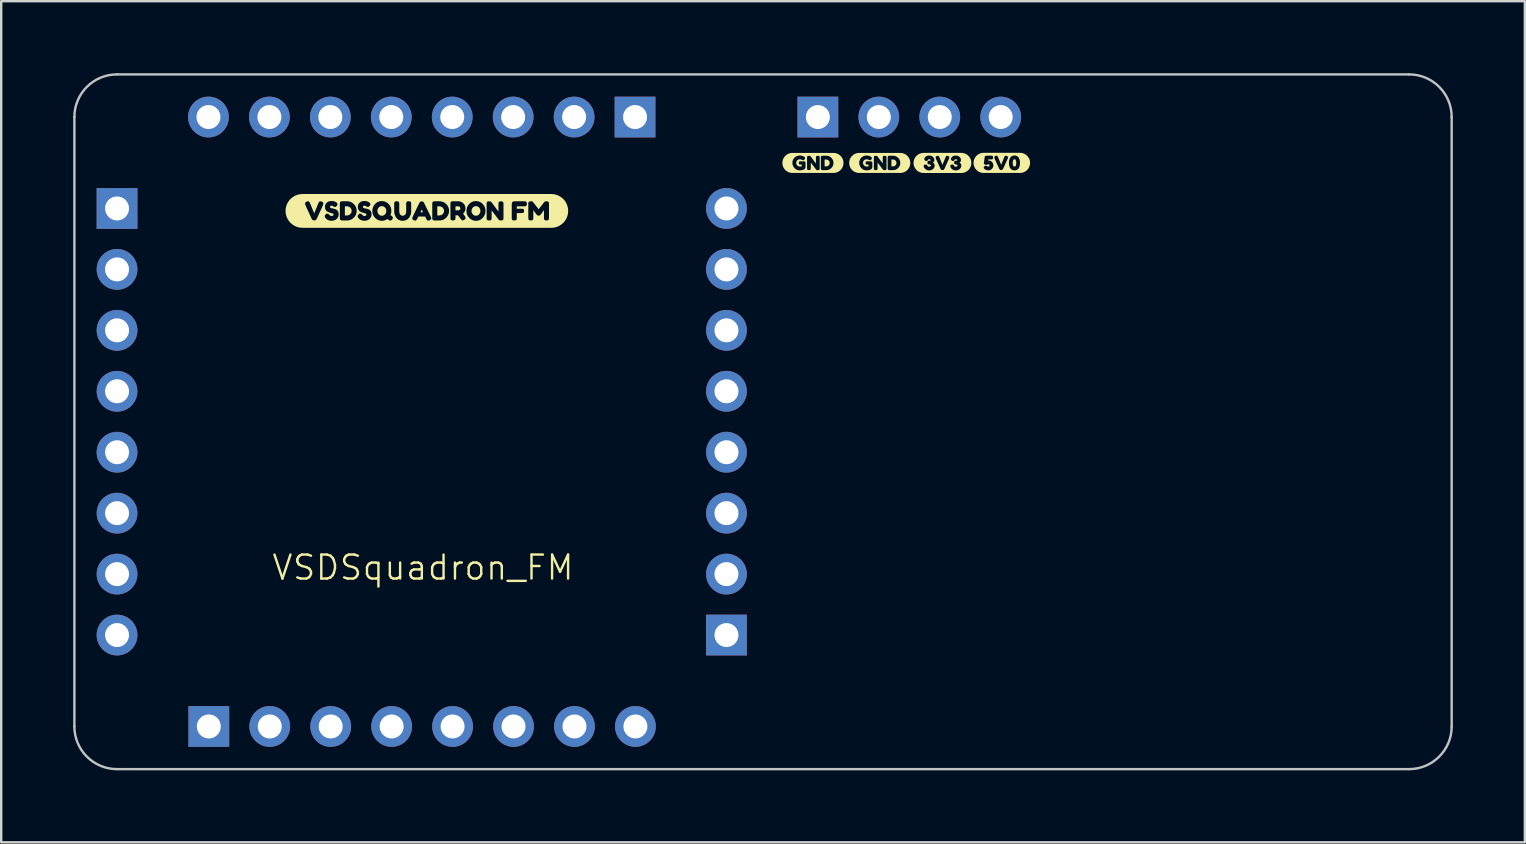
<source format=kicad_pcb>
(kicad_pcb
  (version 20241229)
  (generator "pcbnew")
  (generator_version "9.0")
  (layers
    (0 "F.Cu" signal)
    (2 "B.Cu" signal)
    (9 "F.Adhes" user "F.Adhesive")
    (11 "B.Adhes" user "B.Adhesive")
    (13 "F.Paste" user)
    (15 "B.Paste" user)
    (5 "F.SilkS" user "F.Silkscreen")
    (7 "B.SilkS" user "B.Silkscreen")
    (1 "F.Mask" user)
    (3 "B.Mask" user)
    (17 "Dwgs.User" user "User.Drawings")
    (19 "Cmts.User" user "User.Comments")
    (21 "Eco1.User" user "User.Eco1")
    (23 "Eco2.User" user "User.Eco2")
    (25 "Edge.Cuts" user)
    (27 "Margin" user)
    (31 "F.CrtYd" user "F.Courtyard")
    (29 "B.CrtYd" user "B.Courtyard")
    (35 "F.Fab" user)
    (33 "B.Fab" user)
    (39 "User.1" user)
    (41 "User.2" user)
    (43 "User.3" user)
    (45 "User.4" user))
  (footprint "VSDSquadron_FM"
    (layer "F.Cu")
    (at 14.579 14.51)
    (property "Reference" "VSDSquadron_FM" (at 0 6.096 0) (unlocked yes) (layer "F.SilkS") (effects (font (size 1 1) (thickness 0.1))))
    (attr smd)
    (fp_poly (pts (xy -0.053 -8.825) (xy -0.106 -8.714) (xy 0.001 -8.714) (xy -0.053 -8.825)) (stroke (width 0) (type solid)) (fill yes) (layer "F.SilkS"))
    (fp_poly (pts (xy 1.354 -8.794) (xy 1.48 -8.794) (xy 1.535 -8.815) (xy 1.561 -8.878) (xy 1.537 -8.937) (xy 1.478 -8.961) (xy 1.354 -8.961) (xy 1.354 -8.794)) (stroke (width 0) (type solid)) (fill yes) (layer "F.SilkS"))
    (fp_poly (pts (xy -3.255 -8.58) (xy -3.162 -8.58) (xy -3.09 -8.594) (xy -3.028 -8.636) (xy -2.986 -8.697) (xy -2.972 -8.77) (xy -2.986 -8.843) (xy -3.028 -8.905) (xy -3.09 -8.947) (xy -3.163 -8.961) (xy -3.255 -8.961) (xy -3.255 -8.58)) (stroke (width 0) (type solid)) (fill yes) (layer "F.SilkS"))
    (fp_poly (pts (xy 0.596 -8.58) (xy 0.689 -8.58) (xy 0.761 -8.594) (xy 0.823 -8.636) (xy 0.865 -8.697) (xy 0.879 -8.77) (xy 0.865 -8.843) (xy 0.823 -8.905) (xy 0.761 -8.947) (xy 0.688 -8.961) (xy 0.596 -8.961) (xy 0.596 -8.58)) (stroke (width 0) (type solid)) (fill yes) (layer "F.SilkS"))
    (fp_poly (pts (xy 16.74 -10.626) (xy 16.81 -10.626) (xy 16.864 -10.636) (xy 16.91 -10.667) (xy 16.942 -10.713) (xy 16.952 -10.768) (xy 16.942 -10.823) (xy 16.91 -10.869) (xy 16.864 -10.901) (xy 16.809 -10.911) (xy 16.74 -10.911) (xy 16.74 -10.626)) (stroke (width 0) (type solid)) (fill yes) (layer "F.SilkS"))
    (fp_poly (pts (xy 19.524 -10.626) (xy 19.594 -10.626) (xy 19.648 -10.636) (xy 19.694 -10.667) (xy 19.726 -10.713) (xy 19.736 -10.768) (xy 19.726 -10.823) (xy 19.694 -10.869) (xy 19.648 -10.901) (xy 19.593 -10.911) (xy 19.524 -10.911) (xy 19.524 -10.626)) (stroke (width 0) (type solid)) (fill yes) (layer "F.SilkS"))
    (fp_poly (pts (xy -1.714 -8.566) (xy -1.642 -8.581) (xy -1.581 -8.624) (xy -1.54 -8.689) (xy -1.527 -8.768) (xy -1.54 -8.846) (xy -1.582 -8.911) (xy -1.642 -8.956) (xy -1.713 -8.97) (xy -1.785 -8.956) (xy -1.846 -8.911) (xy -1.887 -8.846) (xy -1.901 -8.768) (xy -1.887 -8.69) (xy -1.846 -8.625) (xy -1.786 -8.581) (xy -1.714 -8.566)) (stroke (width 0) (type solid)) (fill yes) (layer "F.SilkS"))
    (fp_poly (pts (xy 2.208 -8.566) (xy 2.281 -8.581) (xy 2.341 -8.624) (xy 2.382 -8.689) (xy 2.395 -8.768) (xy 2.382 -8.846) (xy 2.341 -8.911) (xy 2.28 -8.956) (xy 2.209 -8.97) (xy 2.137 -8.956) (xy 2.076 -8.911) (xy 2.035 -8.846) (xy 2.021 -8.768) (xy 2.035 -8.691) (xy 2.077 -8.626) (xy 2.137 -8.581) (xy 2.208 -8.566)) (stroke (width 0) (type solid)) (fill yes) (layer "F.SilkS"))
    (fp_poly (pts (xy 24.652 -10.617) (xy 24.688 -10.629) (xy 24.71 -10.655) (xy 24.721 -10.694) (xy 24.726 -10.731) (xy 24.726 -10.766) (xy 24.726 -10.77) (xy 24.722 -10.837) (xy 24.708 -10.885) (xy 24.685 -10.913) (xy 24.653 -10.923) (xy 24.621 -10.913) (xy 24.598 -10.884) (xy 24.584 -10.836) (xy 24.579 -10.769) (xy 24.584 -10.703) (xy 24.598 -10.655) (xy 24.62 -10.627) (xy 24.652 -10.617)) (stroke (width 0) (type solid)) (fill yes) (layer "F.SilkS"))
    (fp_poly (pts (xy 23.367 -11.191) (xy 23.366 -11.191) (xy 23.325 -11.189) (xy 23.285 -11.183) (xy 23.245 -11.173) (xy 23.206 -11.159) (xy 23.169 -11.141) (xy 23.133 -11.12) (xy 23.1 -11.095) (xy 23.07 -11.068) (xy 23.042 -11.037) (xy 23.018 -11.004) (xy 22.997 -10.969) (xy 22.979 -10.932) (xy 22.965 -10.893) (xy 22.955 -10.853) (xy 22.949 -10.812) (xy 22.947 -10.771) (xy 22.949 -10.73) (xy 22.955 -10.69) (xy 22.965 -10.65) (xy 22.979 -10.611) (xy 22.997 -10.574) (xy 23.018 -10.538) (xy 23.042 -10.505) (xy 23.07 -10.475) (xy 23.1 -10.447) (xy 23.133 -10.423) (xy 23.169 -10.402) (xy 23.206 -10.384) (xy 23.245 -10.37) (xy 23.285 -10.36) (xy 23.325 -10.354) (xy 23.366 -10.352) (xy 23.367 -10.352) (xy 23.565 -10.352) (xy 23.565 -10.459) (xy 23.518 -10.463) (xy 23.476 -10.474) (xy 23.417 -10.504) (xy 23.399 -10.519) (xy 23.367 -10.572) (xy 23.398 -10.63) (xy 23.451 -10.659) (xy 23.51 -10.631) (xy 23.56 -10.617) (xy 23.601 -10.63) (xy 23.615 -10.666) (xy 23.6 -10.702) (xy 23.562 -10.716) (xy 23.529 -10.704) (xy 23.481 -10.683) (xy 23.425 -10.701) (xy 23.387 -10.726) (xy 23.376 -10.751) (xy 23.408 -10.995) (xy 23.412 -11.019) (xy 23.422 -11.043) (xy 23.446 -11.065) (xy 23.487 -11.073) (xy 23.683 -11.072) (xy 23.713 -11.071) (xy 23.736 -11.062) (xy 23.755 -11.038) (xy 23.761 -10.992) (xy 23.756 -10.949) (xy 23.737 -10.926) (xy 23.715 -10.918) (xy 23.688 -10.917) (xy 23.555 -10.917) (xy 23.549 -10.871) (xy 23.564 -10.873) (xy 23.568 -10.873) (xy 23.62 -10.866) (xy 23.668 -10.846) (xy 23.712 -10.813) (xy 23.746 -10.77) (xy 23.767 -10.723) (xy 23.773 -10.672) (xy 23.767 -10.615) (xy 23.747 -10.565) (xy 23.713 -10.521) (xy 23.67 -10.487) (xy 23.621 -10.466) (xy 23.565 -10.459) (xy 23.565 -10.352) (xy 24.1 -10.352) (xy 24.1 -10.471) (xy 24.051 -10.482) (xy 24.022 -10.514) (xy 23.819 -10.961) (xy 23.81 -11.021) (xy 23.858 -11.062) (xy 23.923 -11.075) (xy 23.962 -11.026) (xy 24.098 -10.692) (xy 24.233 -11.026) (xy 24.274 -11.074) (xy 24.337 -11.062) (xy 24.387 -11.021) (xy 24.377 -10.961) (xy 24.173 -10.514) (xy 24.144 -10.483) (xy 24.1 -10.471) (xy 24.1 -10.352) (xy 24.656 -10.352) (xy 24.656 -10.459) (xy 24.61 -10.463) (xy 24.569 -10.474) (xy 24.534 -10.491) (xy 24.506 -10.515) (xy 24.464 -10.571) (xy 24.449 -10.604) (xy 24.438 -10.639) (xy 24.426 -10.707) (xy 24.422 -10.77) (xy 24.423 -10.806) (xy 24.427 -10.842) (xy 24.434 -10.88) (xy 24.446 -10.923) (xy 24.463 -10.965) (xy 24.485 -11.001) (xy 24.514 -11.032) (xy 24.553 -11.057) (xy 24.6 -11.074) (xy 24.654 -11.08) (xy 24.707 -11.074) (xy 24.753 -11.058) (xy 24.791 -11.033) (xy 24.82 -11.002) (xy 24.842 -10.966) (xy 24.859 -10.925) (xy 24.871 -10.883) (xy 24.879 -10.844) (xy 24.882 -10.807) (xy 24.883 -10.769) (xy 24.882 -10.731) (xy 24.878 -10.692) (xy 24.87 -10.653) (xy 24.858 -10.611) (xy 24.841 -10.57) (xy 24.819 -10.535) (xy 24.79 -10.505) (xy 24.753 -10.481) (xy 24.707 -10.465) (xy 24.656 -10.459) (xy 24.656 -10.352) (xy 24.883 -10.352) (xy 24.883 -10.352) (xy 24.924 -10.354) (xy 24.965 -10.36) (xy 25.005 -10.37) (xy 25.044 -10.384) (xy 25.081 -10.402) (xy 25.116 -10.423) (xy 25.149 -10.447) (xy 25.18 -10.475) (xy 25.207 -10.505) (xy 25.232 -10.538) (xy 25.253 -10.574) (xy 25.271 -10.611) (xy 25.285 -10.65) (xy 25.295 -10.69) (xy 25.301 -10.73) (xy 25.303 -10.771) (xy 25.301 -10.812) (xy 25.295 -10.853) (xy 25.285 -10.893) (xy 25.271 -10.932) (xy 25.253 -10.969) (xy 25.232 -11.004) (xy 25.207 -11.037) (xy 25.18 -11.068) (xy 25.149 -11.095) (xy 25.116 -11.12) (xy 25.081 -11.141) (xy 25.044 -11.159) (xy 25.005 -11.173) (xy 24.965 -11.183) (xy 24.924 -11.189) (xy 24.883 -11.191) (xy 24.883 -11.191) (xy 23.367 -11.191)) (stroke (width 0) (type solid)) (fill yes) (layer "F.SilkS"))
    (fp_poly (pts (xy 15.397 -11.186) (xy 15.397 -11.186) (xy 15.356 -11.184) (xy 15.315 -11.178) (xy 15.276 -11.168) (xy 15.237 -11.154) (xy 15.2 -11.137) (xy 15.165 -11.116) (xy 15.132 -11.091) (xy 15.102 -11.064) (xy 15.074 -11.034) (xy 15.05 -11.001) (xy 15.029 -10.966) (xy 15.011 -10.929) (xy 14.997 -10.89) (xy 14.988 -10.85) (xy 14.982 -10.81) (xy 14.98 -10.769) (xy 14.982 -10.728) (xy 14.988 -10.688) (xy 14.997 -10.648) (xy 15.011 -10.609) (xy 15.029 -10.572) (xy 15.05 -10.537) (xy 15.074 -10.504) (xy 15.102 -10.474) (xy 15.132 -10.447) (xy 15.165 -10.422) (xy 15.2 -10.401) (xy 15.237 -10.384) (xy 15.276 -10.37) (xy 15.315 -10.36) (xy 15.356 -10.354) (xy 15.397 -10.352) (xy 15.397 -10.352) (xy 15.699 -10.352) (xy 15.699 -10.459) (xy 15.639 -10.465) (xy 15.584 -10.483) (xy 15.533 -10.512) (xy 15.486 -10.553) (xy 15.447 -10.602) (xy 15.419 -10.655) (xy 15.402 -10.714) (xy 15.397 -10.777) (xy 15.402 -10.837) (xy 15.419 -10.892) (xy 15.448 -10.943) (xy 15.487 -10.99) (xy 15.535 -11.029) (xy 15.587 -11.057) (xy 15.644 -11.073) (xy 15.705 -11.079) (xy 15.749 -11.076) (xy 15.797 -11.066) (xy 15.842 -11.052) (xy 15.879 -11.032) (xy 15.903 -11.014) (xy 15.919 -10.996) (xy 15.927 -10.972) (xy 15.907 -10.924) (xy 15.876 -10.889) (xy 15.844 -10.878) (xy 15.798 -10.898) (xy 15.754 -10.916) (xy 15.701 -10.922) (xy 15.644 -10.911) (xy 15.597 -10.879) (xy 15.565 -10.832) (xy 15.554 -10.775) (xy 15.565 -10.716) (xy 15.598 -10.665) (xy 15.647 -10.63) (xy 15.702 -10.618) (xy 15.752 -10.621) (xy 15.788 -10.629) (xy 15.788 -10.703) (xy 15.725 -10.703) (xy 15.701 -10.704) (xy 15.683 -10.711) (xy 15.669 -10.731) (xy 15.665 -10.77) (xy 15.669 -10.808) (xy 15.685 -10.828) (xy 15.704 -10.835) (xy 15.727 -10.836) (xy 15.877 -10.836) (xy 15.91 -10.83) (xy 15.931 -10.819) (xy 15.941 -10.802) (xy 15.945 -10.783) (xy 15.945 -10.761) (xy 15.945 -10.585) (xy 15.925 -10.536) (xy 15.9 -10.512) (xy 15.869 -10.493) (xy 15.821 -10.474) (xy 15.765 -10.463) (xy 15.699 -10.459) (xy 15.699 -10.352) (xy 16.085 -10.352) (xy 16.085 -10.468) (xy 16.041 -10.474) (xy 16.018 -10.493) (xy 16.01 -10.517) (xy 16.008 -10.547) (xy 16.008 -10.992) (xy 16.01 -11.021) (xy 16.018 -11.044) (xy 16.042 -11.062) (xy 16.087 -11.068) (xy 16.126 -11.063) (xy 16.148 -11.052) (xy 16.163 -11.034) (xy 16.378 -10.746) (xy 16.378 -10.992) (xy 16.38 -11.021) (xy 16.388 -11.043) (xy 16.412 -11.062) (xy 16.457 -11.068) (xy 16.501 -11.062) (xy 16.526 -11.042) (xy 16.534 -11.018) (xy 16.535 -10.989) (xy 16.535 -10.546) (xy 16.534 -10.516) (xy 16.526 -10.493) (xy 16.501 -10.474) (xy 16.456 -10.468) (xy 16.412 -10.472) (xy 16.386 -10.491) (xy 16.164 -10.784) (xy 16.164 -10.546) (xy 16.163 -10.516) (xy 16.155 -10.493) (xy 16.131 -10.474) (xy 16.085 -10.468) (xy 16.085 -10.352) (xy 16.661 -10.352) (xy 16.661 -10.469) (xy 16.618 -10.475) (xy 16.594 -10.493) (xy 16.585 -10.517) (xy 16.583 -10.548) (xy 16.583 -10.991) (xy 16.584 -11.02) (xy 16.592 -11.044) (xy 16.617 -11.063) (xy 16.662 -11.069) (xy 16.81 -11.069) (xy 16.869 -11.063) (xy 16.924 -11.047) (xy 16.974 -11.019) (xy 17.021 -10.981) (xy 17.059 -10.935) (xy 17.087 -10.885) (xy 17.104 -10.83) (xy 17.109 -10.772) (xy 17.104 -10.711) (xy 17.087 -10.655) (xy 17.059 -10.604) (xy 17.021 -10.557) (xy 16.974 -10.519) (xy 16.923 -10.491) (xy 16.867 -10.474) (xy 16.807 -10.469) (xy 16.661 -10.469) (xy 16.661 -10.352) (xy 17.109 -10.352) (xy 17.109 -10.352) (xy 17.15 -10.354) (xy 17.191 -10.36) (xy 17.23 -10.37) (xy 17.269 -10.384) (xy 17.306 -10.401) (xy 17.341 -10.422) (xy 17.374 -10.447) (xy 17.404 -10.474) (xy 17.432 -10.504) (xy 17.456 -10.537) (xy 17.477 -10.572) (xy 17.495 -10.609) (xy 17.508 -10.648) (xy 17.518 -10.688) (xy 17.524 -10.728) (xy 17.526 -10.769) (xy 17.524 -10.81) (xy 17.518 -10.85) (xy 17.508 -10.89) (xy 17.495 -10.929) (xy 17.477 -10.966) (xy 17.456 -11.001) (xy 17.432 -11.034) (xy 17.404 -11.064) (xy 17.374 -11.091) (xy 17.341 -11.116) (xy 17.306 -11.137) (xy 17.269 -11.154) (xy 17.23 -11.168) (xy 17.191 -11.178) (xy 17.15 -11.184) (xy 17.109 -11.186) (xy 17.109 -11.186) (xy 15.397 -11.186)) (stroke (width 0) (type solid)) (fill yes) (layer "F.SilkS"))
    (fp_poly (pts (xy 18.181 -11.186) (xy 18.181 -11.186) (xy 18.14 -11.184) (xy 18.099 -11.178) (xy 18.06 -11.168) (xy 18.021 -11.154) (xy 17.984 -11.137) (xy 17.949 -11.116) (xy 17.916 -11.091) (xy 17.886 -11.064) (xy 17.858 -11.034) (xy 17.834 -11.001) (xy 17.813 -10.966) (xy 17.795 -10.929) (xy 17.782 -10.89) (xy 17.772 -10.85) (xy 17.766 -10.81) (xy 17.764 -10.769) (xy 17.766 -10.728) (xy 17.772 -10.688) (xy 17.782 -10.648) (xy 17.795 -10.609) (xy 17.813 -10.572) (xy 17.834 -10.537) (xy 17.858 -10.504) (xy 17.886 -10.474) (xy 17.916 -10.447) (xy 17.949 -10.422) (xy 17.984 -10.401) (xy 18.021 -10.384) (xy 18.06 -10.37) (xy 18.099 -10.36) (xy 18.14 -10.354) (xy 18.181 -10.352) (xy 18.181 -10.352) (xy 18.483 -10.352) (xy 18.483 -10.459) (xy 18.423 -10.465) (xy 18.368 -10.483) (xy 18.317 -10.512) (xy 18.27 -10.553) (xy 18.231 -10.602) (xy 18.203 -10.655) (xy 18.186 -10.714) (xy 18.181 -10.777) (xy 18.187 -10.837) (xy 18.204 -10.892) (xy 18.232 -10.943) (xy 18.271 -10.99) (xy 18.319 -11.029) (xy 18.371 -11.057) (xy 18.428 -11.073) (xy 18.489 -11.079) (xy 18.534 -11.076) (xy 18.581 -11.066) (xy 18.626 -11.052) (xy 18.663 -11.032) (xy 18.687 -11.014) (xy 18.703 -10.996) (xy 18.711 -10.972) (xy 18.692 -10.924) (xy 18.66 -10.889) (xy 18.628 -10.878) (xy 18.582 -10.898) (xy 18.538 -10.916) (xy 18.485 -10.922) (xy 18.428 -10.911) (xy 18.381 -10.879) (xy 18.349 -10.832) (xy 18.338 -10.775) (xy 18.349 -10.716) (xy 18.383 -10.665) (xy 18.431 -10.63) (xy 18.486 -10.618) (xy 18.536 -10.621) (xy 18.572 -10.629) (xy 18.572 -10.703) (xy 18.509 -10.703) (xy 18.486 -10.704) (xy 18.468 -10.711) (xy 18.453 -10.731) (xy 18.449 -10.77) (xy 18.453 -10.808) (xy 18.469 -10.828) (xy 18.488 -10.835) (xy 18.511 -10.836) (xy 18.662 -10.836) (xy 18.695 -10.83) (xy 18.715 -10.819) (xy 18.725 -10.802) (xy 18.729 -10.783) (xy 18.729 -10.761) (xy 18.729 -10.585) (xy 18.709 -10.536) (xy 18.685 -10.512) (xy 18.653 -10.493) (xy 18.605 -10.474) (xy 18.549 -10.463) (xy 18.483 -10.459) (xy 18.483 -10.352) (xy 18.869 -10.352) (xy 18.869 -10.468) (xy 18.825 -10.474) (xy 18.802 -10.493) (xy 18.794 -10.517) (xy 18.792 -10.547) (xy 18.792 -10.992) (xy 18.794 -11.021) (xy 18.802 -11.044) (xy 18.826 -11.062) (xy 18.871 -11.068) (xy 18.91 -11.063) (xy 18.932 -11.052) (xy 18.947 -11.034) (xy 19.162 -10.746) (xy 19.162 -10.992) (xy 19.164 -11.021) (xy 19.172 -11.043) (xy 19.196 -11.062) (xy 19.241 -11.068) (xy 19.286 -11.062) (xy 19.31 -11.042) (xy 19.318 -11.018) (xy 19.319 -10.989) (xy 19.319 -10.546) (xy 19.318 -10.516) (xy 19.31 -10.493) (xy 19.286 -10.474) (xy 19.24 -10.468) (xy 19.196 -10.472) (xy 19.171 -10.491) (xy 18.948 -10.784) (xy 18.948 -10.546) (xy 18.947 -10.516) (xy 18.939 -10.493) (xy 18.915 -10.474) (xy 18.869 -10.468) (xy 18.869 -10.352) (xy 19.445 -10.352) (xy 19.445 -10.469) (xy 19.402 -10.475) (xy 19.378 -10.493) (xy 19.369 -10.517) (xy 19.367 -10.548) (xy 19.367 -10.991) (xy 19.368 -11.02) (xy 19.377 -11.044) (xy 19.401 -11.063) (xy 19.446 -11.069) (xy 19.594 -11.069) (xy 19.653 -11.063) (xy 19.708 -11.047) (xy 19.759 -11.019) (xy 19.805 -10.981) (xy 19.844 -10.935) (xy 19.871 -10.885) (xy 19.888 -10.83) (xy 19.893 -10.772) (xy 19.888 -10.711) (xy 19.871 -10.655) (xy 19.844 -10.604) (xy 19.805 -10.557) (xy 19.758 -10.519) (xy 19.707 -10.491) (xy 19.652 -10.474) (xy 19.591 -10.469) (xy 19.445 -10.469) (xy 19.445 -10.352) (xy 19.893 -10.352) (xy 19.893 -10.352) (xy 19.934 -10.354) (xy 19.975 -10.36) (xy 20.014 -10.37) (xy 20.053 -10.384) (xy 20.09 -10.401) (xy 20.125 -10.422) (xy 20.158 -10.447) (xy 20.188 -10.474) (xy 20.216 -10.504) (xy 20.24 -10.537) (xy 20.261 -10.572) (xy 20.279 -10.609) (xy 20.293 -10.648) (xy 20.303 -10.688) (xy 20.309 -10.728) (xy 20.311 -10.769) (xy 20.309 -10.81) (xy 20.303 -10.85) (xy 20.293 -10.89) (xy 20.279 -10.929) (xy 20.261 -10.966) (xy 20.24 -11.001) (xy 20.216 -11.034) (xy 20.188 -11.064) (xy 20.158 -11.091) (xy 20.125 -11.116) (xy 20.09 -11.137) (xy 20.053 -11.154) (xy 20.014 -11.168) (xy 19.975 -11.178) (xy 19.934 -11.184) (xy 19.893 -11.186) (xy 19.893 -11.186) (xy 18.181 -11.186)) (stroke (width 0) (type solid)) (fill yes) (layer "F.SilkS"))
    (fp_poly (pts (xy 20.866 -11.188) (xy 20.866 -11.188) (xy 20.825 -11.186) (xy 20.784 -11.18) (xy 20.744 -11.17) (xy 20.706 -11.156) (xy 20.669 -11.138) (xy 20.633 -11.117) (xy 20.6 -11.093) (xy 20.57 -11.065) (xy 20.542 -11.035) (xy 20.518 -11.002) (xy 20.497 -10.966) (xy 20.479 -10.929) (xy 20.465 -10.891) (xy 20.455 -10.851) (xy 20.449 -10.81) (xy 20.447 -10.769) (xy 20.449 -10.728) (xy 20.455 -10.687) (xy 20.465 -10.647) (xy 20.479 -10.609) (xy 20.497 -10.572) (xy 20.518 -10.536) (xy 20.542 -10.503) (xy 20.57 -10.473) (xy 20.6 -10.445) (xy 20.633 -10.421) (xy 20.669 -10.4) (xy 20.706 -10.382) (xy 20.744 -10.368) (xy 20.784 -10.358) (xy 20.825 -10.352) (xy 20.866 -10.35) (xy 20.866 -10.35) (xy 21.095 -10.35) (xy 21.095 -10.457) (xy 21.037 -10.464) (xy 20.983 -10.483) (xy 20.935 -10.515) (xy 20.897 -10.556) (xy 20.874 -10.601) (xy 20.866 -10.65) (xy 20.888 -10.69) (xy 20.952 -10.704) (xy 20.999 -10.694) (xy 21.024 -10.654) (xy 21.026 -10.649) (xy 21.032 -10.639) (xy 21.045 -10.626) (xy 21.066 -10.616) (xy 21.096 -10.611) (xy 21.15 -10.624) (xy 21.17 -10.66) (xy 21.153 -10.697) (xy 21.104 -10.71) (xy 21.08 -10.71) (xy 21.06 -10.714) (xy 21.041 -10.724) (xy 21.031 -10.747) (xy 21.026 -10.784) (xy 21.031 -10.827) (xy 21.049 -10.85) (xy 21.071 -10.857) (xy 21.099 -10.858) (xy 21.105 -10.858) (xy 21.145 -10.864) (xy 21.157 -10.886) (xy 21.143 -10.915) (xy 21.104 -10.926) (xy 21.067 -10.917) (xy 21.042 -10.892) (xy 21.016 -10.856) (xy 20.98 -10.846) (xy 20.934 -10.862) (xy 20.891 -10.909) (xy 20.904 -10.968) (xy 20.905 -10.971) (xy 20.91 -10.981) (xy 20.918 -10.995) (xy 20.932 -11.012) (xy 20.951 -11.03) (xy 20.976 -11.048) (xy 21.008 -11.063) (xy 21.048 -11.073) (xy 21.095 -11.077) (xy 21.158 -11.071) (xy 21.211 -11.051) (xy 21.255 -11.019) (xy 21.288 -10.978) (xy 21.308 -10.935) (xy 21.315 -10.889) (xy 21.3 -10.826) (xy 21.256 -10.784) (xy 21.304 -10.737) (xy 21.321 -10.703) (xy 21.327 -10.662) (xy 21.32 -10.606) (xy 21.298 -10.557) (xy 21.261 -10.515) (xy 21.214 -10.483) (xy 21.158 -10.464) (xy 21.095 -10.457) (xy 21.095 -10.35) (xy 21.653 -10.35) (xy 21.653 -10.469) (xy 21.605 -10.479) (xy 21.576 -10.511) (xy 21.373 -10.959) (xy 21.364 -11.018) (xy 21.412 -11.059) (xy 21.476 -11.072) (xy 21.516 -11.023) (xy 21.651 -10.689) (xy 21.787 -11.023) (xy 21.827 -11.072) (xy 21.891 -11.059) (xy 21.94 -11.018) (xy 21.93 -10.959) (xy 21.727 -10.511) (xy 21.697 -10.48) (xy 21.653 -10.469) (xy 21.653 -10.35) (xy 22.205 -10.35) (xy 22.205 -10.457) (xy 22.146 -10.464) (xy 22.093 -10.483) (xy 22.045 -10.515) (xy 22.006 -10.556) (xy 21.984 -10.601) (xy 21.976 -10.65) (xy 21.997 -10.69) (xy 22.062 -10.704) (xy 22.109 -10.694) (xy 22.134 -10.654) (xy 22.136 -10.649) (xy 22.142 -10.639) (xy 22.155 -10.626) (xy 22.176 -10.616) (xy 22.206 -10.611) (xy 22.26 -10.624) (xy 22.28 -10.66) (xy 22.263 -10.697) (xy 22.214 -10.71) (xy 22.19 -10.71) (xy 22.17 -10.714) (xy 22.151 -10.724) (xy 22.141 -10.747) (xy 22.136 -10.784) (xy 22.141 -10.827) (xy 22.159 -10.85) (xy 22.181 -10.857) (xy 22.209 -10.858) (xy 22.215 -10.858) (xy 22.254 -10.864) (xy 22.267 -10.886) (xy 22.253 -10.915) (xy 22.214 -10.926) (xy 22.177 -10.917) (xy 22.152 -10.892) (xy 22.126 -10.856) (xy 22.09 -10.846) (xy 22.044 -10.862) (xy 22.001 -10.909) (xy 22.014 -10.968) (xy 22.015 -10.971) (xy 22.02 -10.981) (xy 22.028 -10.995) (xy 22.042 -11.012) (xy 22.061 -11.03) (xy 22.086 -11.048) (xy 22.118 -11.063) (xy 22.157 -11.073) (xy 22.205 -11.077) (xy 22.268 -11.071) (xy 22.321 -11.051) (xy 22.365 -11.019) (xy 22.398 -10.978) (xy 22.418 -10.935) (xy 22.425 -10.889) (xy 22.41 -10.826) (xy 22.366 -10.784) (xy 22.414 -10.737) (xy 22.431 -10.703) (xy 22.437 -10.662) (xy 22.43 -10.606) (xy 22.408 -10.557) (xy 22.371 -10.515) (xy 22.324 -10.483) (xy 22.268 -10.464) (xy 22.205 -10.457) (xy 22.205 -10.35) (xy 22.437 -10.35) (xy 22.437 -10.35) (xy 22.478 -10.352) (xy 22.519 -10.358) (xy 22.559 -10.368) (xy 22.597 -10.382) (xy 22.634 -10.4) (xy 22.67 -10.421) (xy 22.703 -10.445) (xy 22.733 -10.473) (xy 22.761 -10.503) (xy 22.785 -10.536) (xy 22.806 -10.572) (xy 22.824 -10.609) (xy 22.838 -10.647) (xy 22.848 -10.687) (xy 22.854 -10.728) (xy 22.856 -10.769) (xy 22.854 -10.81) (xy 22.848 -10.851) (xy 22.838 -10.891) (xy 22.824 -10.929) (xy 22.806 -10.966) (xy 22.785 -11.002) (xy 22.761 -11.035) (xy 22.733 -11.065) (xy 22.703 -11.093) (xy 22.67 -11.117) (xy 22.634 -11.138) (xy 22.597 -11.156) (xy 22.559 -11.17) (xy 22.519 -11.18) (xy 22.478 -11.186) (xy 22.437 -11.188) (xy 22.437 -11.188) (xy 20.866 -11.188)) (stroke (width 0) (type solid)) (fill yes) (layer "F.SilkS"))
    (fp_poly (pts (xy -4.928 -9.473) (xy -5.024 -9.473) (xy -5.092 -9.469) (xy -5.161 -9.459) (xy -5.228 -9.443) (xy -5.293 -9.419) (xy -5.355 -9.39) (xy -5.415 -9.354) (xy -5.47 -9.313) (xy -5.521 -9.267) (xy -5.568 -9.216) (xy -5.609 -9.16) (xy -5.644 -9.101) (xy -5.674 -9.038) (xy -5.697 -8.973) (xy -5.714 -8.906) (xy -5.724 -8.838) (xy -5.727 -8.769) (xy -5.724 -8.7) (xy -5.714 -8.632) (xy -5.697 -8.565) (xy -5.674 -8.5) (xy -5.644 -8.437) (xy -5.609 -8.378) (xy -5.568 -8.322) (xy -5.521 -8.271) (xy -5.47 -8.225) (xy -5.415 -8.184) (xy -5.355 -8.148) (xy -5.293 -8.119) (xy -5.228 -8.095) (xy -5.161 -8.079) (xy -5.092 -8.069) (xy -5.024 -8.065) (xy -4.928 -8.065) (xy -4.531 -8.065) (xy -4.531 -8.371) (xy -4.595 -8.385) (xy -4.634 -8.428) (xy -4.905 -9.024) (xy -4.917 -9.104) (xy -4.853 -9.158) (xy -4.767 -9.175) (xy -4.714 -9.11) (xy -4.533 -8.665) (xy -4.352 -9.11) (xy -4.299 -9.175) (xy -4.214 -9.158) (xy -4.148 -9.103) (xy -4.161 -9.024) (xy -4.433 -8.428) (xy -4.472 -8.386) (xy -4.531 -8.371) (xy -4.531 -8.065) (xy -3.807 -8.065) (xy -3.807 -8.358) (xy -3.871 -8.363) (xy -3.924 -8.376) (xy -3.968 -8.395) (xy -4.004 -8.416) (xy -4.031 -8.439) (xy -4.051 -8.459) (xy -4.064 -8.475) (xy -4.071 -8.483) (xy -4.1 -8.557) (xy -4.051 -8.631) (xy -4.004 -8.657) (xy -3.954 -8.649) (xy -3.903 -8.608) (xy -3.856 -8.566) (xy -3.811 -8.555) (xy -3.744 -8.572) (xy -3.723 -8.625) (xy -3.753 -8.66) (xy -3.843 -8.687) (xy -3.897 -8.702) (xy -3.94 -8.717) (xy -4.005 -8.754) (xy -4.05 -8.803) (xy -4.078 -8.865) (xy -4.087 -8.94) (xy -4.078 -9.006) (xy -4.053 -9.064) (xy -4.01 -9.114) (xy -3.955 -9.153) (xy -3.89 -9.176) (xy -3.817 -9.183) (xy -3.73 -9.176) (xy -3.658 -9.153) (xy -3.598 -9.115) (xy -3.557 -9.056) (xy -3.584 -8.985) (xy -3.652 -8.93) (xy -3.729 -8.951) (xy -3.742 -8.962) (xy -3.758 -8.975) (xy -3.78 -8.984) (xy -3.818 -8.988) (xy -3.86 -8.973) (xy -3.879 -8.938) (xy -3.859 -8.901) (xy -3.813 -8.881) (xy -3.744 -8.867) (xy -3.67 -8.849) (xy -3.606 -8.819) (xy -3.555 -8.776) (xy -3.523 -8.714) (xy -3.512 -8.628) (xy -3.517 -8.574) (xy -3.532 -8.524) (xy -3.582 -8.447) (xy -3.652 -8.396) (xy -3.73 -8.367) (xy -3.807 -8.358) (xy -3.807 -8.065) (xy -3.36 -8.065) (xy -3.36 -8.371) (xy -3.418 -8.379) (xy -3.449 -8.403) (xy -3.461 -8.435) (xy -3.464 -8.476) (xy -3.464 -9.068) (xy -3.463 -9.106) (xy -3.452 -9.138) (xy -3.42 -9.163) (xy -3.359 -9.171) (xy -3.162 -9.171) (xy -3.083 -9.163) (xy -3.01 -9.142) (xy -2.942 -9.105) (xy -2.881 -9.054) (xy -2.829 -8.993) (xy -2.792 -8.926) (xy -2.77 -8.853) (xy -2.763 -8.775) (xy -2.77 -8.694) (xy -2.792 -8.62) (xy -2.829 -8.551) (xy -2.881 -8.489) (xy -2.943 -8.437) (xy -3.011 -8.4) (xy -3.085 -8.378) (xy -3.166 -8.371) (xy -3.36 -8.371) (xy -3.36 -8.065) (xy -2.437 -8.065) (xy -2.437 -8.358) (xy -2.501 -8.363) (xy -2.554 -8.376) (xy -2.599 -8.395) (xy -2.634 -8.416) (xy -2.661 -8.439) (xy -2.681 -8.459) (xy -2.694 -8.475) (xy -2.701 -8.483) (xy -2.73 -8.557) (xy -2.681 -8.631) (xy -2.634 -8.657) (xy -2.584 -8.649) (xy -2.533 -8.608) (xy -2.486 -8.566) (xy -2.441 -8.555) (xy -2.374 -8.572) (xy -2.353 -8.625) (xy -2.383 -8.66) (xy -2.473 -8.687) (xy -2.527 -8.702) (xy -2.57 -8.717) (xy -2.635 -8.754) (xy -2.68 -8.803) (xy -2.708 -8.865) (xy -2.717 -8.94) (xy -2.708 -9.006) (xy -2.683 -9.064) (xy -2.64 -9.114) (xy -2.585 -9.153) (xy -2.52 -9.176) (xy -2.447 -9.183) (xy -2.361 -9.176) (xy -2.288 -9.153) (xy -2.228 -9.115) (xy -2.187 -9.056) (xy -2.215 -8.985) (xy -2.282 -8.93) (xy -2.359 -8.951) (xy -2.372 -8.962) (xy -2.388 -8.975) (xy -2.41 -8.984) (xy -2.448 -8.988) (xy -2.49 -8.973) (xy -2.509 -8.938) (xy -2.489 -8.901) (xy -2.443 -8.881) (xy -2.374 -8.867) (xy -2.3 -8.849) (xy -2.236 -8.819) (xy -2.185 -8.776) (xy -2.153 -8.714) (xy -2.142 -8.628) (xy -2.147 -8.574) (xy -2.162 -8.524) (xy -2.212 -8.447) (xy -2.282 -8.396) (xy -2.36 -8.367) (xy -2.437 -8.358) (xy -2.437 -8.065) (xy -1.709 -8.065) (xy -1.709 -8.357) (xy -1.789 -8.364) (xy -1.863 -8.387) (xy -1.931 -8.424) (xy -1.993 -8.476) (xy -2.044 -8.539) (xy -2.081 -8.607) (xy -2.103 -8.682) (xy -2.11 -8.763) (xy -2.103 -8.847) (xy -2.082 -8.924) (xy -2.046 -8.995) (xy -1.996 -9.059) (xy -1.936 -9.112) (xy -1.869 -9.15) (xy -1.797 -9.172) (xy -1.718 -9.18) (xy -1.637 -9.172) (xy -1.563 -9.15) (xy -1.496 -9.113) (xy -1.434 -9.06) (xy -1.383 -8.997) (xy -1.346 -8.927) (xy -1.325 -8.851) (xy -1.317 -8.768) (xy -1.327 -8.681) (xy -1.355 -8.595) (xy -1.304 -8.561) (xy -1.249 -8.497) (xy -1.278 -8.415) (xy -1.346 -8.36) (xy -1.424 -8.389) (xy -1.488 -8.43) (xy -1.557 -8.39) (xy -1.631 -8.365) (xy -1.709 -8.357) (xy -1.709 -8.065) (xy -0.847 -8.065) (xy -0.847 -8.357) (xy -0.927 -8.366) (xy -0.999 -8.392) (xy -1.061 -8.432) (xy -1.111 -8.484) (xy -1.149 -8.544) (xy -1.176 -8.609) (xy -1.194 -8.677) (xy -1.199 -8.746) (xy -1.199 -9.067) (xy -1.198 -9.106) (xy -1.187 -9.138) (xy -1.155 -9.164) (xy -1.094 -9.172) (xy -1.034 -9.164) (xy -1.003 -9.138) (xy -0.991 -9.106) (xy -0.989 -9.065) (xy -0.989 -8.746) (xy -0.977 -8.665) (xy -0.932 -8.598) (xy -0.892 -8.575) (xy -0.843 -8.568) (xy -0.785 -8.58) (xy -0.739 -8.617) (xy -0.71 -8.674) (xy -0.7 -8.747) (xy -0.7 -9.072) (xy -0.698 -9.109) (xy -0.687 -9.139) (xy -0.655 -9.164) (xy -0.595 -9.172) (xy -0.536 -9.164) (xy -0.504 -9.137) (xy -0.493 -9.105) (xy -0.491 -9.065) (xy -0.491 -8.744) (xy -0.497 -8.675) (xy -0.514 -8.606) (xy -0.543 -8.542) (xy -0.581 -8.482) (xy -0.631 -8.431) (xy -0.694 -8.391) (xy -0.767 -8.366) (xy -0.847 -8.357) (xy -0.847 -8.065) (xy 0.198 -8.065) (xy 0.198 -8.361) (xy 0.142 -8.427) (xy 0.089 -8.536) (xy -0.192 -8.536) (xy -0.245 -8.426) (xy -0.302 -8.362) (xy -0.386 -8.379) (xy -0.45 -8.434) (xy -0.435 -8.515) (xy -0.148 -9.11) (xy -0.108 -9.154) (xy -0.051 -9.171) (xy 0.004 -9.155) (xy 0.044 -9.109) (xy 0.331 -8.515) (xy 0.346 -8.434) (xy 0.283 -8.378) (xy 0.198 -8.361) (xy 0.198 -8.065) (xy 0.491 -8.065) (xy 0.491 -8.371) (xy 0.433 -8.379) (xy 0.402 -8.403) (xy 0.39 -8.435) (xy 0.387 -8.476) (xy 0.387 -9.068) (xy 0.389 -9.106) (xy 0.399 -9.138) (xy 0.432 -9.163) (xy 0.492 -9.171) (xy 0.689 -9.171) (xy 0.768 -9.163) (xy 0.841 -9.142) (xy 0.909 -9.105) (xy 0.971 -9.054) (xy 1.022 -8.993) (xy 1.059 -8.926) (xy 1.081 -8.853) (xy 1.088 -8.775) (xy 1.081 -8.694) (xy 1.059 -8.62) (xy 1.022 -8.551) (xy 0.971 -8.489) (xy 0.909 -8.437) (xy 0.84 -8.4) (xy 0.766 -8.378) (xy 0.686 -8.371) (xy 0.491 -8.371) (xy 0.491 -8.065) (xy 1.647 -8.065) (xy 1.647 -8.367) (xy 1.583 -8.42) (xy 1.46 -8.586) (xy 1.354 -8.586) (xy 1.354 -8.475) (xy 1.352 -8.435) (xy 1.341 -8.404) (xy 1.309 -8.379) (xy 1.249 -8.371) (xy 1.189 -8.379) (xy 1.157 -8.405) (xy 1.146 -8.437) (xy 1.145 -8.476) (xy 1.145 -9.067) (xy 1.146 -9.105) (xy 1.157 -9.136) (xy 1.189 -9.163) (xy 1.25 -9.171) (xy 1.48 -9.171) (xy 1.526 -9.166) (xy 1.574 -9.152) (xy 1.622 -9.13) (xy 1.668 -9.1) (xy 1.709 -9.059) (xy 1.742 -9.006) (xy 1.763 -8.945) (xy 1.771 -8.877) (xy 1.759 -8.791) (xy 1.726 -8.717) (xy 1.67 -8.655) (xy 1.752 -8.545) (xy 1.783 -8.466) (xy 1.728 -8.398) (xy 1.647 -8.367) (xy 1.647 -8.065) (xy 2.214 -8.065) (xy 2.214 -8.357) (xy 2.134 -8.364) (xy 2.06 -8.387) (xy 1.992 -8.424) (xy 1.93 -8.476) (xy 1.878 -8.539) (xy 1.841 -8.607) (xy 1.819 -8.682) (xy 1.812 -8.763) (xy 1.819 -8.847) (xy 1.84 -8.924) (xy 1.876 -8.995) (xy 1.926 -9.059) (xy 1.987 -9.112) (xy 2.053 -9.15) (xy 2.126 -9.172) (xy 2.204 -9.18) (xy 2.285 -9.172) (xy 2.359 -9.15) (xy 2.427 -9.113) (xy 2.488 -9.06) (xy 2.539 -8.997) (xy 2.576 -8.927) (xy 2.598 -8.851) (xy 2.605 -8.768) (xy 2.598 -8.686) (xy 2.576 -8.611) (xy 2.54 -8.541) (xy 2.49 -8.478) (xy 2.429 -8.425) (xy 2.363 -8.387) (xy 2.291 -8.365) (xy 2.214 -8.357) (xy 2.214 -8.065) (xy 2.756 -8.065) (xy 2.756 -8.37) (xy 2.697 -8.378) (xy 2.666 -8.403) (xy 2.655 -8.435) (xy 2.653 -8.475) (xy 2.653 -9.069) (xy 2.655 -9.107) (xy 2.667 -9.138) (xy 2.698 -9.162) (xy 2.758 -9.17) (xy 2.81 -9.163) (xy 2.84 -9.148) (xy 2.86 -9.125) (xy 3.146 -8.74) (xy 3.146 -9.069) (xy 3.149 -9.107) (xy 3.16 -9.137) (xy 3.192 -9.162) (xy 3.252 -9.17) (xy 3.311 -9.162) (xy 3.343 -9.135) (xy 3.354 -9.104) (xy 3.356 -9.064) (xy 3.356 -8.474) (xy 3.354 -8.434) (xy 3.343 -8.403) (xy 3.311 -8.378) (xy 3.25 -8.37) (xy 3.191 -8.376) (xy 3.158 -8.4) (xy 2.861 -8.792) (xy 2.861 -8.474) (xy 2.86 -8.434) (xy 2.849 -8.403) (xy 2.817 -8.378) (xy 2.756 -8.37) (xy 2.756 -8.065) (xy 3.804 -8.065) (xy 3.804 -8.37) (xy 3.745 -8.378) (xy 3.713 -8.404) (xy 3.702 -8.435) (xy 3.7 -8.475) (xy 3.7 -9.067) (xy 3.724 -9.148) (xy 3.808 -9.171) (xy 4.227 -9.171) (xy 4.265 -9.169) (xy 4.296 -9.158) (xy 4.322 -9.126) (xy 4.33 -9.065) (xy 4.322 -9.005) (xy 4.295 -8.974) (xy 4.264 -8.963) (xy 4.224 -8.961) (xy 3.91 -8.961) (xy 3.91 -8.859) (xy 4.12 -8.859) (xy 4.157 -8.858) (xy 4.185 -8.848) (xy 4.207 -8.821) (xy 4.213 -8.768) (xy 4.207 -8.718) (xy 4.184 -8.692) (xy 4.156 -8.683) (xy 4.119 -8.681) (xy 3.91 -8.681) (xy 3.91 -8.474) (xy 3.908 -8.434) (xy 3.897 -8.403) (xy 3.865 -8.378) (xy 3.804 -8.37) (xy 3.804 -8.065) (xy 4.493 -8.065) (xy 4.493 -8.371) (xy 4.434 -8.379) (xy 4.403 -8.404) (xy 4.393 -8.436) (xy 4.39 -8.476) (xy 4.39 -9.067) (xy 4.392 -9.105) (xy 4.403 -9.136) (xy 4.435 -9.162) (xy 4.496 -9.17) (xy 4.526 -9.168) (xy 4.547 -9.165) (xy 4.561 -9.16) (xy 4.571 -9.154) (xy 4.58 -9.146) (xy 4.587 -9.138) (xy 4.821 -8.838) (xy 5.053 -9.136) (xy 5.087 -9.163) (xy 5.148 -9.17) (xy 5.207 -9.162) (xy 5.239 -9.136) (xy 5.25 -9.104) (xy 5.252 -9.064) (xy 5.252 -8.474) (xy 5.25 -8.435) (xy 5.238 -8.404) (xy 5.207 -8.379) (xy 5.147 -8.371) (xy 5.087 -8.379) (xy 5.055 -8.405) (xy 5.044 -8.437) (xy 5.043 -8.476) (xy 5.043 -8.801) (xy 4.909 -8.619) (xy 4.902 -8.61) (xy 4.891 -8.597) (xy 4.876 -8.586) (xy 4.852 -8.576) (xy 4.821 -8.572) (xy 4.769 -8.584) (xy 4.731 -8.619) (xy 4.599 -8.8) (xy 4.599 -8.474) (xy 4.597 -8.435) (xy 4.586 -8.404) (xy 4.554 -8.379) (xy 4.493 -8.371) (xy 4.493 -8.065) (xy 5.252 -8.065) (xy 5.348 -8.065) (xy 5.416 -8.069) (xy 5.485 -8.079) (xy 5.552 -8.095) (xy 5.617 -8.119) (xy 5.679 -8.148) (xy 5.739 -8.184) (xy 5.794 -8.225) (xy 5.845 -8.271) (xy 5.892 -8.322) (xy 5.933 -8.378) (xy 5.968 -8.437) (xy 5.998 -8.5) (xy 6.021 -8.565) (xy 6.038 -8.632) (xy 6.048 -8.7) (xy 6.051 -8.769) (xy 6.048 -8.838) (xy 6.038 -8.906) (xy 6.021 -8.973) (xy 5.998 -9.038) (xy 5.968 -9.101) (xy 5.933 -9.16) (xy 5.892 -9.216) (xy 5.845 -9.267) (xy 5.794 -9.313) (xy 5.739 -9.354) (xy 5.679 -9.39) (xy 5.617 -9.419) (xy 5.552 -9.443) (xy 5.485 -9.459) (xy 5.416 -9.469) (xy 5.348 -9.473) (xy 5.252 -9.473) (xy -4.928 -9.473)) (stroke (width 0) (type solid)) (fill yes) (layer "F.SilkS"))
    (fp_line (start -14.529 12.718) (end -14.529 -12.682) (stroke (width 0.1) (type default)) (layer "Dwgs.User"))
    (fp_line (start -12.751 -14.46) (end 41.097 -14.46) (stroke (width 0.1) (type default)) (layer "Dwgs.User"))
    (fp_line (start 41.097 14.496) (end -12.751 14.496) (stroke (width 0.1) (type default)) (layer "Dwgs.User"))
    (fp_line (start 42.875 -12.682) (end 42.875 12.718) (stroke (width 0.1) (type default)) (layer "Dwgs.User"))
    (fp_arc (start -14.528764 -12.681764) (mid -14.008 -13.939) (end -12.750764 -14.459764) (stroke (width 0.1) (type default)) (layer "Dwgs.User"))
    (fp_arc (start -12.750764 14.496236) (mid -14.008 13.975472) (end -14.528764 12.718236) (stroke (width 0.1) (type default)) (layer "Dwgs.User"))
    (fp_arc (start 41.097236 -14.459764) (mid 42.354447 -13.938975) (end 42.875236 -12.681764) (stroke (width 0.1) (type default)) (layer "Dwgs.User"))
    (fp_arc (start 42.875236 12.718236) (mid 42.354461 13.975461) (end 41.097236 14.496236) (stroke (width 0.1) (type default)) (layer "Dwgs.User"))
    (pad "1" thru_hole rect (at -8.926 12.718 90) (size 1.7 1.7) (drill 1) (layers "*.Cu" "*.Mask"))
    (pad "2" thru_hole oval (at -6.386 12.718 90) (size 1.7 1.7) (drill 1) (layers "*.Cu" "*.Mask"))
    (pad "3" thru_hole oval (at -3.846 12.718 90) (size 1.7 1.7) (drill 1) (layers "*.Cu" "*.Mask"))
    (pad "4" thru_hole oval (at -1.306 12.718 90) (size 1.7 1.7) (drill 1) (layers "*.Cu" "*.Mask"))
    (pad "5" thru_hole oval (at 1.234 12.718 90) (size 1.7 1.7) (drill 1) (layers "*.Cu" "*.Mask"))
    (pad "6" thru_hole oval (at 3.774 12.718 90) (size 1.7 1.7) (drill 1) (layers "*.Cu" "*.Mask"))
    (pad "7" thru_hole oval (at 6.314 12.718 90) (size 1.7 1.7) (drill 1) (layers "*.Cu" "*.Mask"))
    (pad "8" thru_hole oval (at 8.854 12.718 90) (size 1.7 1.7) (drill 1) (layers "*.Cu" "*.Mask"))
    (pad "9" thru_hole rect (at 12.649 8.908 180) (size 1.7 1.7) (drill 1) (layers "*.Cu" "*.Mask"))
    (pad "10" thru_hole oval (at 12.649 6.368 180) (size 1.7 1.7) (drill 1) (layers "*.Cu" "*.Mask"))
    (pad "11" thru_hole oval (at 12.649 3.828 180) (size 1.7 1.7) (drill 1) (layers "*.Cu" "*.Mask"))
    (pad "12" thru_hole oval (at 12.649 1.288 180) (size 1.7 1.7) (drill 1) (layers "*.Cu" "*.Mask"))
    (pad "13" thru_hole oval (at 12.649 -1.252 180) (size 1.7 1.7) (drill 1) (layers "*.Cu" "*.Mask"))
    (pad "14" thru_hole oval (at 12.649 -3.792 180) (size 1.7 1.7) (drill 1) (layers "*.Cu" "*.Mask"))
    (pad "15" thru_hole oval (at 12.649 -6.332 180) (size 1.7 1.7) (drill 1) (layers "*.Cu" "*.Mask"))
    (pad "16" thru_hole oval (at 12.649 -8.872 180) (size 1.7 1.7) (drill 1) (layers "*.Cu" "*.Mask"))
    (pad "17" thru_hole rect (at 8.839 -12.682 270) (size 1.7 1.7) (drill 1) (layers "*.Cu" "*.Mask"))
    (pad "18" thru_hole oval (at 6.299 -12.682 270) (size 1.7 1.7) (drill 1) (layers "*.Cu" "*.Mask"))
    (pad "19" thru_hole oval (at 3.759 -12.682 270) (size 1.7 1.7) (drill 1) (layers "*.Cu" "*.Mask"))
    (pad "20" thru_hole oval (at 1.219 -12.682 270) (size 1.7 1.7) (drill 1) (layers "*.Cu" "*.Mask"))
    (pad "21" thru_hole oval (at -1.321 -12.682 270) (size 1.7 1.7) (drill 1) (layers "*.Cu" "*.Mask"))
    (pad "22" thru_hole oval (at -3.861 -12.682 270) (size 1.7 1.7) (drill 1) (layers "*.Cu" "*.Mask"))
    (pad "23" thru_hole oval (at -6.401 -12.682 270) (size 1.7 1.7) (drill 1) (layers "*.Cu" "*.Mask"))
    (pad "24" thru_hole oval (at -8.941 -12.682 270) (size 1.7 1.7) (drill 1) (layers "*.Cu" "*.Mask"))
    (pad "25" thru_hole rect (at -12.751 -8.872) (size 1.7 1.7) (drill 1) (layers "*.Cu" "*.Mask"))
    (pad "26" thru_hole oval (at -12.751 -6.332) (size 1.7 1.7) (drill 1) (layers "*.Cu" "*.Mask"))
    (pad "27" thru_hole oval (at -12.751 -3.792) (size 1.7 1.7) (drill 1) (layers "*.Cu" "*.Mask"))
    (pad "28" thru_hole oval (at -12.751 -1.252) (size 1.7 1.7) (drill 1) (layers "*.Cu" "*.Mask"))
    (pad "29" thru_hole oval (at -12.751 1.288) (size 1.7 1.7) (drill 1) (layers "*.Cu" "*.Mask"))
    (pad "30" thru_hole oval (at -12.751 3.828) (size 1.7 1.7) (drill 1) (layers "*.Cu" "*.Mask"))
    (pad "31" thru_hole oval (at -12.751 6.368) (size 1.7 1.7) (drill 1) (layers "*.Cu" "*.Mask"))
    (pad "32" thru_hole oval (at -12.751 8.908) (size 1.7 1.7) (drill 1) (layers "*.Cu" "*.Mask"))
    (pad "33" thru_hole rect (at 16.459 -12.682 90) (size 1.7 1.7) (drill 1) (layers "*.Cu" "*.Mask"))
    (pad "34" thru_hole oval (at 18.999 -12.682 90) (size 1.7 1.7) (drill 1) (layers "*.Cu" "*.Mask"))
    (pad "35" thru_hole oval (at 21.539 -12.682 90) (size 1.7 1.7) (drill 1) (layers "*.Cu" "*.Mask"))
    (pad "36" thru_hole oval (at 24.079 -12.682 90) (size 1.7 1.7) (drill 1) (layers "*.Cu" "*.Mask")))
  (gr_rect
    (start -3 -3)
    (end 60.504 32.056)
    (stroke (width 0.1) (type default))
    (fill no)
    (layer "Edge.Cuts")))
</source>
